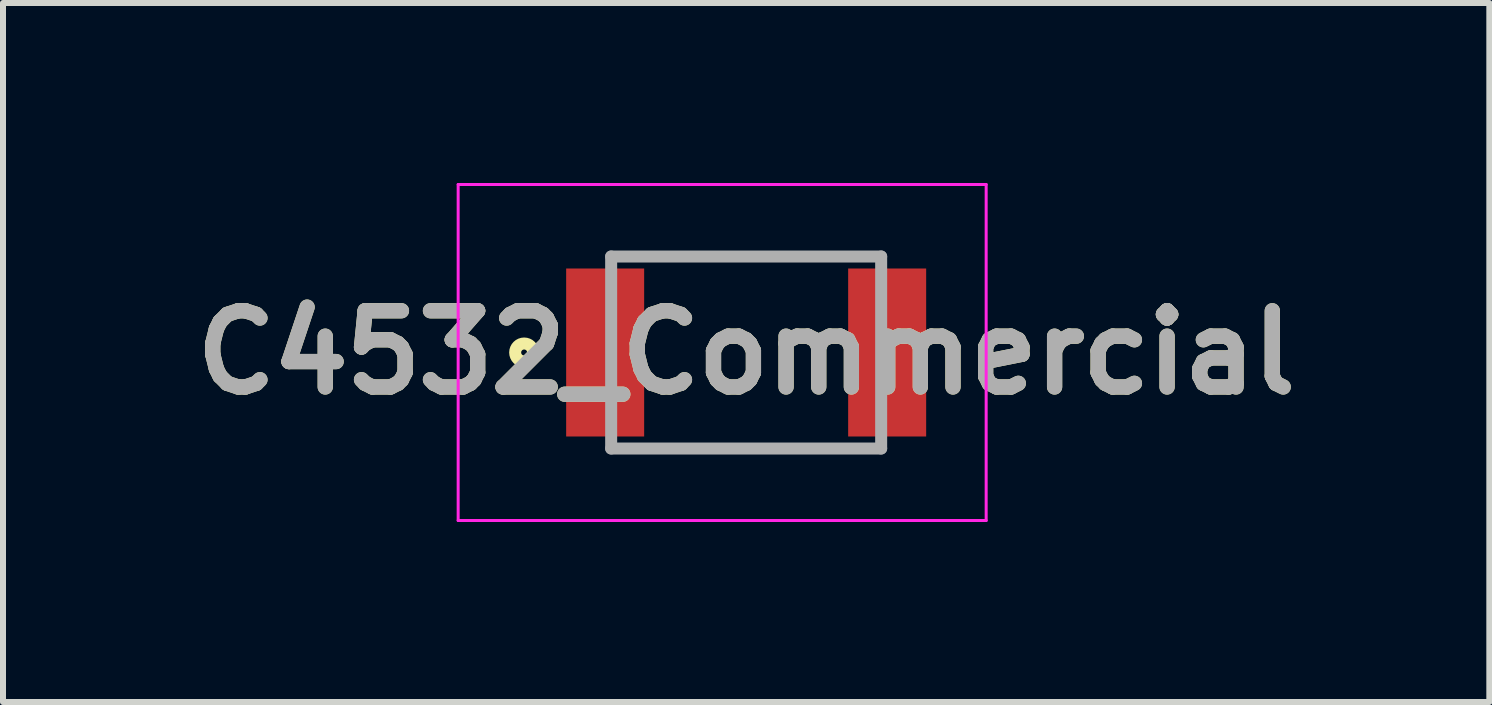
<source format=kicad_pcb>
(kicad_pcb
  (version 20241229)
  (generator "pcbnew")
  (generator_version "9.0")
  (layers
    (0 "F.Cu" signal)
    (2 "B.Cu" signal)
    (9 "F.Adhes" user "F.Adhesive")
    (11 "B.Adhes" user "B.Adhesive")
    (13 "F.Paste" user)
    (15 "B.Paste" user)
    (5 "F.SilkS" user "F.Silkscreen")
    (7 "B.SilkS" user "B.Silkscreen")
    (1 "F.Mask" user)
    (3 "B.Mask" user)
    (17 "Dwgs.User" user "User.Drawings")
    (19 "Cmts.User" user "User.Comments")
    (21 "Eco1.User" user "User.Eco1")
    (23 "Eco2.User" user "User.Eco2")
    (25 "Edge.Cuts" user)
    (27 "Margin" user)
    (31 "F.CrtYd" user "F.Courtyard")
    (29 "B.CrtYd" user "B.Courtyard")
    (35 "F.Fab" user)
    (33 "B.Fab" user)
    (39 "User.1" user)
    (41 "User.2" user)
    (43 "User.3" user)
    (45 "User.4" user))
  (footprint "C4532_Commercial"
    (layer "F.Cu")
    (at 9.386 2.825)
    (property "Reference" "C4532_Commercial" (at 0 0 0) (layer "F.SilkS") (effects (font (size 1.27 1.27) (thickness 0.254))))
    (attr smd)
    (fp_circle (center -3.7 0) (end -3.7 0.05) (stroke (width 0.2) (type solid)) (fill no) (layer "F.SilkS"))
    (fp_line (start -4.8 -2.8) (end 4 -2.8) (stroke (width 0.05) (type solid)) (layer "F.CrtYd"))
    (fp_line (start -4.8 2.8) (end -4.8 -2.8) (stroke (width 0.05) (type solid)) (layer "F.CrtYd"))
    (fp_line (start 4 -2.8) (end 4 2.8) (stroke (width 0.05) (type solid)) (layer "F.CrtYd"))
    (fp_line (start 4 2.8) (end -4.8 2.8) (stroke (width 0.05) (type solid)) (layer "F.CrtYd"))
    (fp_line (start -2.25 -1.6) (end 2.25 -1.6) (stroke (width 0.2) (type solid)) (layer "F.Fab"))
    (fp_line (start -2.25 1.6) (end -2.25 -1.6) (stroke (width 0.2) (type solid)) (layer "F.Fab"))
    (fp_line (start 2.25 -1.6) (end 2.25 1.6) (stroke (width 0.2) (type solid)) (layer "F.Fab"))
    (fp_line (start 2.25 1.6) (end -2.25 1.6) (stroke (width 0.2) (type solid)) (layer "F.Fab"))
    (fp_text user "${REFERENCE}" (at 0 0 0) (layer "F.Fab") (effects (font (size 1.27 1.27) (thickness 0.254))))
    (pad "1" smd rect (at -2.35 0) (size 1.3 2.8) (layers "F.Cu" "F.Mask" "F.Paste"))
    (pad "2" smd rect (at 2.35 0) (size 1.3 2.8) (layers "F.Cu" "F.Mask" "F.Paste")))
  (gr_rect
    (start -3 -3)
    (end 21.772 8.65)
    (stroke (width 0.1) (type default))
    (fill no)
    (layer "Edge.Cuts")))
</source>
